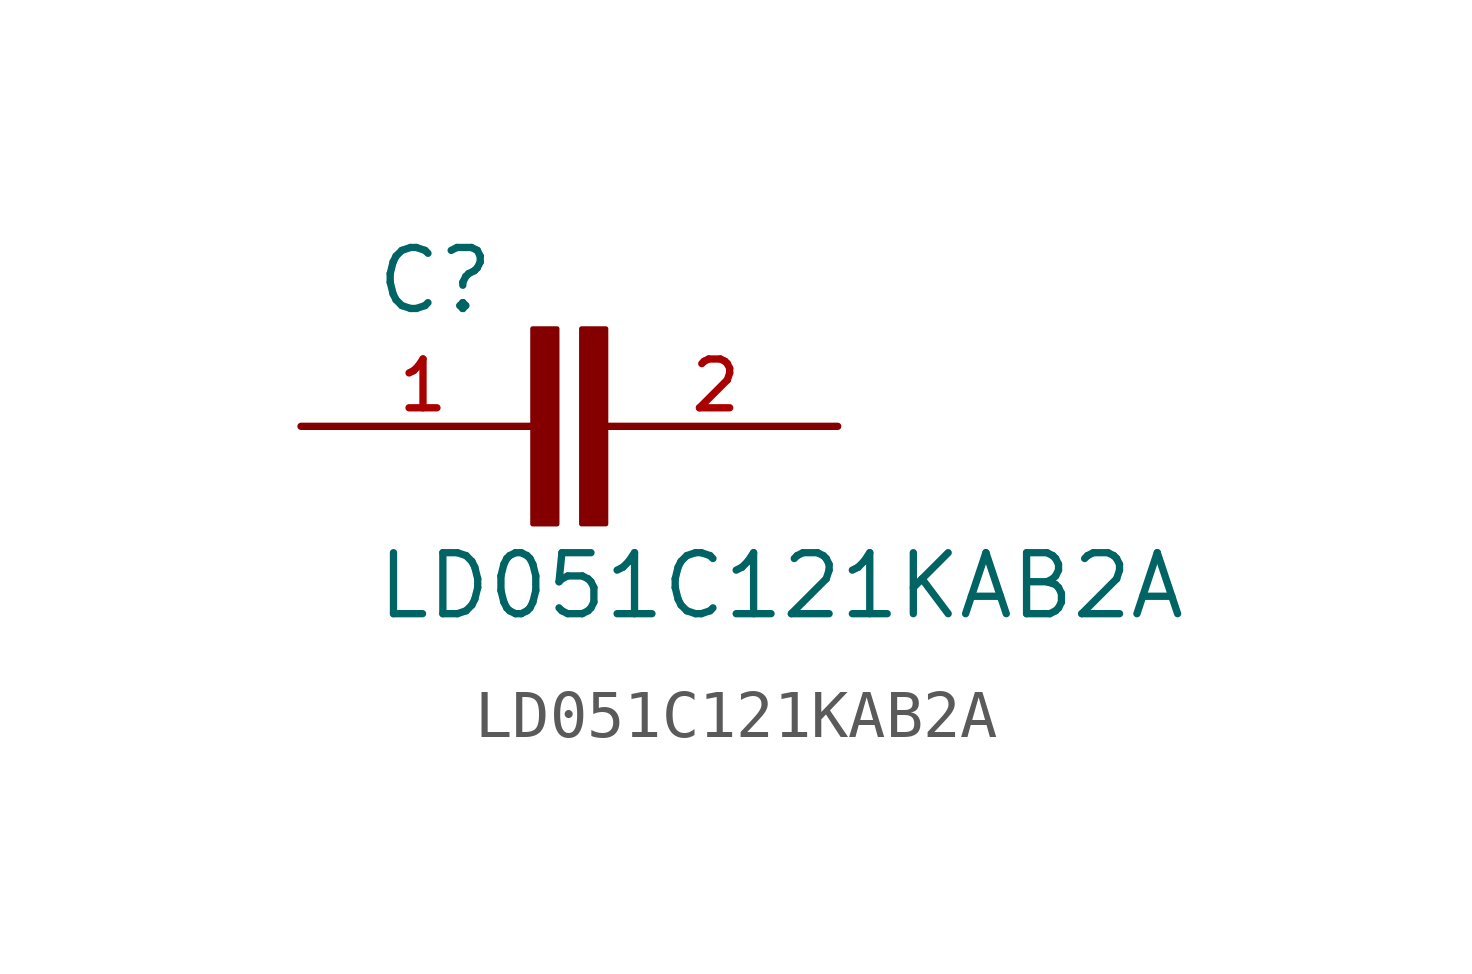
<source format=kicad_sym>
(kicad_symbol_lib
  (version 20211014)
  (generator kicad_symbol_editor)
  (symbol "LD051C121KAB2A"
    (pin_names
      (offset 1.016))
    (property "Reference" "C"
      (at -4.073 2.291 0)
      (effects (font (size 1.27 1.27)) (justify bottom left)))
    (property "Value" "LD051C121KAB2A"
      (at -4.065 -4.065 0)
      (effects (font (size 1.27 1.27)) (justify bottom left)))
    (symbol "LD051C121KAB2A_0_0"
      (rectangle (start -0.765 -2.035) (end -0.256 2.034) (stroke (width 0.1)) (fill (type outline)))
      (rectangle (start 0.252 -2.034) (end 0.761 2.033) (stroke (width 0.1)) (fill (type outline)))
      (pin passive line (at -5.588 0.0 0) (length 5.08) (name "~" (effects (font (size 1.016 1.016)))) (number "1" (effects (font (size 1.016 1.016)))))
      (pin passive line (at 5.588 0.0 180.0) (length 5.08) (name "~" (effects (font (size 1.016 1.016)))) (number "2" (effects (font (size 1.016 1.016))))))))
</source>
